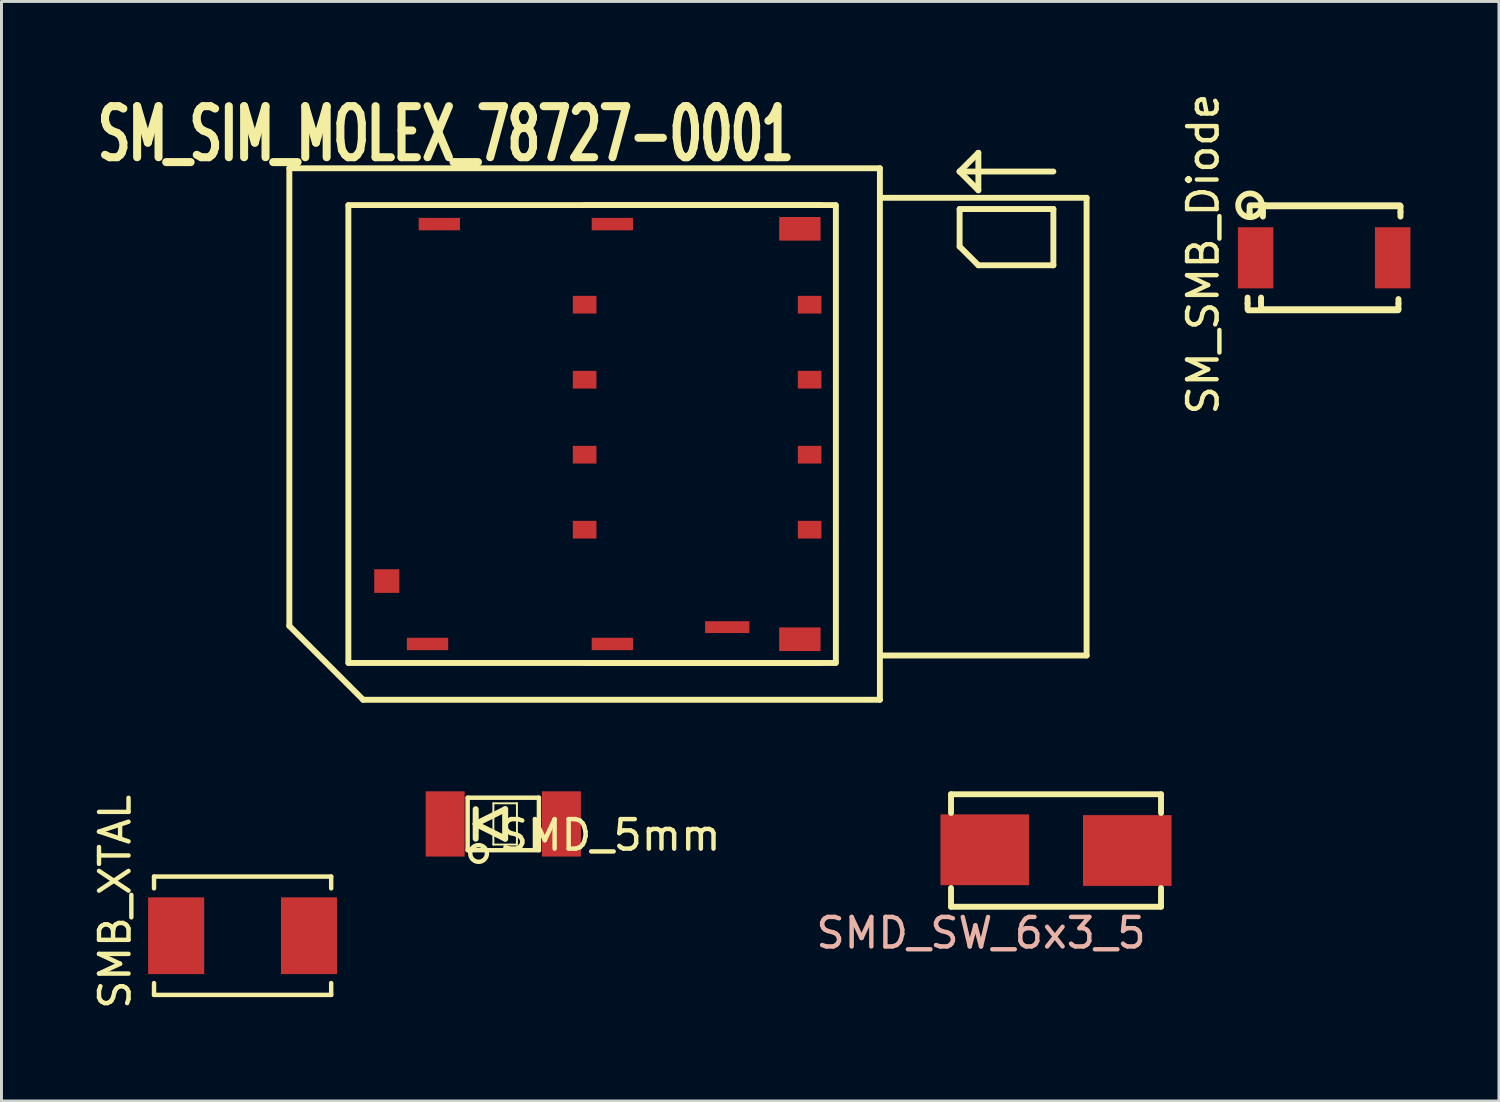
<source format=kicad_pcb>
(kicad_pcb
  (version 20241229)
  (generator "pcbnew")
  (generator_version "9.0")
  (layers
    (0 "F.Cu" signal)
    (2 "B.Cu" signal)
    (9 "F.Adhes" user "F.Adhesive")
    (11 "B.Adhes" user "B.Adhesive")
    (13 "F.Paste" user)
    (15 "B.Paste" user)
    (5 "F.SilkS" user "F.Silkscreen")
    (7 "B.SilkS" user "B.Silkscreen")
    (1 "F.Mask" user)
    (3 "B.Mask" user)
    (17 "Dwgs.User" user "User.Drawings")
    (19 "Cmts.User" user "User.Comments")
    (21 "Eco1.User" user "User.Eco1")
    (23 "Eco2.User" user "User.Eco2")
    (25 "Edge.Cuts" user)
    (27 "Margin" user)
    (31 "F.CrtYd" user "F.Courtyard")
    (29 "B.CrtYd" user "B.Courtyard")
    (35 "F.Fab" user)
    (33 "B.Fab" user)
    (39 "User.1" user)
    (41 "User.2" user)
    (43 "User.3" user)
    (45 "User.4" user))
  (footprint "SM_SIM_MOLEX_78727-0001"
    (layer "F.Cu")
    (at 16.749 11.649)
    (property "Reference" "SM_SIM_MOLEX_78727-0001" (at -4.699 -10.16 180) (layer "F.SilkS") (effects (font (size 1.73 1.087) (thickness 0.272))))
    (attr through_hole)
    (fp_line (start -10 -9) (end 10 -9) (stroke (width 0.2) (type solid)) (layer "F.SilkS"))
    (fp_line (start -10 6.5) (end -10 -9) (stroke (width 0.2) (type solid)) (layer "F.SilkS"))
    (fp_line (start -8.001 -7.747) (end -8.001 7.747) (stroke (width 0.2) (type solid)) (layer "F.SilkS"))
    (fp_line (start -8 -7.754) (end 8 -7.754) (stroke (width 0.2) (type solid)) (layer "F.SilkS"))
    (fp_line (start -7.5 9) (end -10 6.5) (stroke (width 0.2) (type solid)) (layer "F.SilkS"))
    (fp_line (start 8 7.754) (end -8 7.754) (stroke (width 0.2) (type solid)) (layer "F.SilkS"))
    (fp_line (start 8.5 -7.754) (end 0 -7.754) (stroke (width 0.2) (type solid)) (layer "F.SilkS"))
    (fp_line (start 8.5 7.754) (end 0 7.754) (stroke (width 0.2) (type solid)) (layer "F.SilkS"))
    (fp_line (start 8.509 -7.747) (end 8.509 7.747) (stroke (width 0.2) (type solid)) (layer "F.SilkS"))
    (fp_line (start 10 -9) (end 10 9) (stroke (width 0.2) (type solid)) (layer "F.SilkS"))
    (fp_line (start 10 -8) (end 17 -8) (stroke (width 0.2) (type solid)) (layer "F.SilkS"))
    (fp_line (start 10 9) (end -7.5 9) (stroke (width 0.2) (type solid)) (layer "F.SilkS"))
    (fp_line (start 12.7 -8.89) (end 13.335 -8.255) (stroke (width 0.2) (type solid)) (layer "F.SilkS"))
    (fp_line (start 12.7 -7.62) (end 12.7 -6.35) (stroke (width 0.2) (type solid)) (layer "F.SilkS"))
    (fp_line (start 12.7 -7.62) (end 15.875 -7.62) (stroke (width 0.2) (type solid)) (layer "F.SilkS"))
    (fp_line (start 12.7 -6.35) (end 13.335 -5.715) (stroke (width 0.2) (type solid)) (layer "F.SilkS"))
    (fp_line (start 13.335 -9.525) (end 12.7 -8.89) (stroke (width 0.2) (type solid)) (layer "F.SilkS"))
    (fp_line (start 13.335 -8.255) (end 13.335 -9.525) (stroke (width 0.2) (type solid)) (layer "F.SilkS"))
    (fp_line (start 13.335 -5.715) (end 15.875 -5.715) (stroke (width 0.2) (type solid)) (layer "F.SilkS"))
    (fp_line (start 15.875 -8.89) (end 12.7 -8.89) (stroke (width 0.2) (type solid)) (layer "F.SilkS"))
    (fp_line (start 15.875 -5.715) (end 15.875 -7.62) (stroke (width 0.2) (type solid)) (layer "F.SilkS"))
    (fp_line (start 17 -8) (end 17 7.5) (stroke (width 0.2) (type solid)) (layer "F.SilkS"))
    (fp_line (start 17 7.5) (end 10 7.5) (stroke (width 0.2) (type solid)) (layer "F.SilkS"))
    (pad "0" smd rect (at -5.32 7.11) (size 1.4 0.42) (layers "F.Cu" "F.Mask" "F.Paste"))
    (pad "0" smd rect (at -4.92 -7.11) (size 1.4 0.42) (layers "F.Cu" "F.Mask" "F.Paste"))
    (pad "0" smd rect (at 0.94 -7.11) (size 1.4 0.42) (layers "F.Cu" "F.Mask" "F.Paste"))
    (pad "0" smd rect (at 0.94 7.11) (size 1.4 0.42) (layers "F.Cu" "F.Mask" "F.Paste"))
    (pad "0" smd rect (at 7.29 -6.95) (size 1.4 0.8) (layers "F.Cu" "F.Mask" "F.Paste"))
    (pad "0" smd rect (at 7.29 6.95) (size 1.4 0.8) (layers "F.Cu" "F.Mask" "F.Paste"))
    (pad "1" smd rect (at 7.62 -4.38) (size 0.8 0.6) (layers "F.Cu" "F.Mask" "F.Paste"))
    (pad "2" smd rect (at 7.62 -1.84) (size 0.8 0.6) (layers "F.Cu" "F.Mask" "F.Paste"))
    (pad "3" smd rect (at 7.62 0.7) (size 0.8 0.6) (layers "F.Cu" "F.Mask" "F.Paste"))
    (pad "4" smd rect (at 7.62 3.24) (size 0.8 0.6) (layers "F.Cu" "F.Mask" "F.Paste"))
    (pad "5" smd rect (at 0 -4.38) (size 0.8 0.6) (layers "F.Cu" "F.Mask" "F.Paste"))
    (pad "6" smd rect (at 0 -1.84) (size 0.8 0.6) (layers "F.Cu" "F.Mask" "F.Paste"))
    (pad "7" smd rect (at 0 0.7) (size 0.8 0.6) (layers "F.Cu" "F.Mask" "F.Paste"))
    (pad "8" smd rect (at 0 3.24) (size 0.8 0.6) (layers "F.Cu" "F.Mask" "F.Paste"))
    (pad "9" smd rect (at -6.7 4.98) (size 0.85 0.8) (layers "F.Cu" "F.Mask" "F.Paste"))
    (pad "10" smd rect (at 4.83 6.54) (size 1.5 0.4) (layers "F.Cu" "F.Mask" "F.Paste")))
  (footprint "SMD_5mm"
    (layer "F.Cu")
    (at 14.058 24.854)
    (property "Reference" "SMD_5mm" (at 3.556 0.381 180) (layer "F.SilkS") (effects (font (size 1 1) (thickness 0.15))))
    (attr smd)
    (fp_line (start -1.27 -0.889) (end -1.27 0.889) (stroke (width 0.15) (type solid)) (layer "F.SilkS"))
    (fp_line (start -1.27 0.889) (end 1.143 0.889) (stroke (width 0.15) (type solid)) (layer "F.SilkS"))
    (fp_line (start -0.998 -0.498) (end -0.998 0) (stroke (width 0.203) (type solid)) (layer "F.SilkS"))
    (fp_line (start -0.998 0) (end -0.998 0.498) (stroke (width 0.203) (type solid)) (layer "F.SilkS"))
    (fp_line (start -0.998 0) (end 0 -0.498) (stroke (width 0.203) (type solid)) (layer "F.SilkS"))
    (fp_line (start -0.399 -0.699) (end 0.399 -0.699) (stroke (width 0.066) (type solid)) (layer "F.SilkS"))
    (fp_line (start -0.399 0.699) (end -0.399 -0.699) (stroke (width 0.066) (type solid)) (layer "F.SilkS"))
    (fp_line (start -0.399 0.699) (end 0.399 0.699) (stroke (width 0.066) (type solid)) (layer "F.SilkS"))
    (fp_line (start 0 -0.498) (end 0 0.498) (stroke (width 0.203) (type solid)) (layer "F.SilkS"))
    (fp_line (start 0 0.498) (end -0.998 0) (stroke (width 0.203) (type solid)) (layer "F.SilkS"))
    (fp_line (start 0.399 0.699) (end 0.399 -0.699) (stroke (width 0.066) (type solid)) (layer "F.SilkS"))
    (fp_line (start 1.143 -0.889) (end -1.27 -0.889) (stroke (width 0.15) (type solid)) (layer "F.SilkS"))
    (fp_line (start 1.143 0.889) (end 1.143 -0.889) (stroke (width 0.15) (type solid)) (layer "F.SilkS"))
    (fp_circle (center -0.9 1) (end -0.7 1.2) (stroke (width 0.15) (type solid)) (fill no) (layer "F.SilkS"))
    (pad "1" smd rect (at 1.905 0) (size 1.32 2.21) (layers "F.Cu" "F.Mask" "F.Paste"))
    (pad "2" smd rect (at -2.032 0) (size 1.32 2.21) (layers "F.Cu" "F.Mask" "F.Paste")))
  (footprint "SMB_XTAL"
    (layer "F.Cu")
    (at 5.166 28.89)
    (property "Reference" "SMB_XTAL" (at -4.318 -1.397 90) (layer "F.SilkS") (effects (font (size 1 1) (thickness 0.15))))
    (attr smd)
    (fp_line (start -3 -2.254) (end -3 -1.854) (stroke (width 0.15) (type solid)) (layer "F.SilkS"))
    (fp_line (start -3 -2.254) (end 3 -2.254) (stroke (width 0.15) (type solid)) (layer "F.SilkS"))
    (fp_line (start -3 1.754) (end -3 1.354) (stroke (width 0.15) (type solid)) (layer "F.SilkS"))
    (fp_line (start 3 -2.254) (end 3 -1.854) (stroke (width 0.15) (type solid)) (layer "F.SilkS"))
    (fp_line (start 3 1.754) (end -3 1.754) (stroke (width 0.15) (type solid)) (layer "F.SilkS"))
    (fp_line (start 3 1.754) (end 3 1.354) (stroke (width 0.15) (type solid)) (layer "F.SilkS"))
    (pad "1" smd rect (at -2.25 -0.25) (size 1.9 2.6) (layers "F.Cu" "F.Mask" "F.Paste"))
    (pad "2" smd rect (at 2.25 -0.25) (size 1.9 2.6) (layers "F.Cu" "F.Mask" "F.Paste")))
  (footprint "SMD_SW_6x3_5"
    (layer "F.Cu")
    (at 32.714 25.754)
    (property "Reference" "SMD_SW_6x3_5" (at -2.54 2.794 0) (layer "B.SilkS") (effects (font (size 1 1) (thickness 0.15))))
    (attr smd)
    (fp_line (start -3.556 -1.905) (end 3.556 -1.905) (stroke (width 0.2) (type solid)) (layer "F.SilkS"))
    (fp_line (start -3.556 -1.27) (end -3.556 -1.905) (stroke (width 0.2) (type solid)) (layer "F.SilkS"))
    (fp_line (start -3.556 1.27) (end -3.556 1.905) (stroke (width 0.2) (type solid)) (layer "F.SilkS"))
    (fp_line (start -3.556 1.905) (end 3.556 1.905) (stroke (width 0.2) (type solid)) (layer "F.SilkS"))
    (fp_line (start 3.556 -1.905) (end 3.556 -1.27) (stroke (width 0.2) (type solid)) (layer "F.SilkS"))
    (fp_line (start 3.556 1.905) (end 3.556 1.27) (stroke (width 0.2) (type solid)) (layer "F.SilkS"))
    (pad "1" smd rect (at -2.413 -0.025) (size 3 2.398) (layers "F.Cu" "F.Mask" "F.Paste"))
    (pad "2" smd rect (at 2.413 0) (size 3 2.398) (layers "F.Cu" "F.Mask" "F.Paste")))
  (footprint "SM_SMB_Diode"
    (layer "F.Cu")
    (at 39.475 5.681)
    (property "Reference" "SM_SMB_Diode" (at -1.778 -0.127 90) (layer "F.SilkS") (effects (font (size 1 1) (thickness 0.15))))
    (attr smd)
    (fp_line (start -0.274 1.546) (end -0.274 1.346) (stroke (width 0.2) (type solid)) (layer "F.SilkS"))
    (fp_line (start -0.274 1.742) (end -0.274 1.544) (stroke (width 0.2) (type solid)) (layer "F.SilkS"))
    (fp_line (start -0.254 1.778) (end 4.826 1.778) (stroke (width 0.2) (type solid)) (layer "F.SilkS"))
    (fp_line (start -0.206 -1.745) (end -0.206 -1.547) (stroke (width 0.2) (type solid)) (layer "F.SilkS"))
    (fp_line (start -0.206 -1.546) (end -0.206 -1.397) (stroke (width 0.2) (type solid)) (layer "F.SilkS"))
    (fp_line (start -0.191 -1.778) (end 0.318 -1.778) (stroke (width 0.2) (type solid)) (layer "F.SilkS"))
    (fp_line (start 0.183 1.496) (end 0.183 1.347) (stroke (width 0.2) (type solid)) (layer "F.SilkS"))
    (fp_line (start 0.183 1.695) (end 0.183 1.497) (stroke (width 0.2) (type solid)) (layer "F.SilkS"))
    (fp_line (start 0.234 1.742) (end 4.836 1.742) (stroke (width 0.2) (type solid)) (layer "F.SilkS"))
    (fp_line (start 0.246 -1.745) (end 0.246 -1.547) (stroke (width 0.2) (type solid)) (layer "F.SilkS"))
    (fp_line (start 0.246 -1.546) (end 0.246 -1.397) (stroke (width 0.2) (type solid)) (layer "F.SilkS"))
    (fp_line (start 0.302 -1.745) (end 4.905 -1.745) (stroke (width 0.2) (type solid)) (layer "F.SilkS"))
    (fp_line (start 0.318 -1.778) (end 4.889 -1.778) (stroke (width 0.2) (type solid)) (layer "F.SilkS"))
    (fp_line (start 4.836 1.546) (end 4.836 1.397) (stroke (width 0.2) (type solid)) (layer "F.SilkS"))
    (fp_line (start 4.836 1.742) (end 4.836 1.544) (stroke (width 0.2) (type solid)) (layer "F.SilkS"))
    (fp_line (start 4.905 -1.745) (end 4.905 -1.547) (stroke (width 0.2) (type solid)) (layer "F.SilkS"))
    (fp_line (start 4.905 -1.546) (end 4.905 -1.397) (stroke (width 0.2) (type solid)) (layer "F.SilkS"))
    (fp_circle (center -0.191 -1.778) (end -0.572 -1.905) (stroke (width 0.2) (type solid)) (fill no) (layer "F.SilkS"))
    (pad "1" smd rect (at 0 0) (size 1.2 2.07) (layers "F.Cu" "F.Mask" "F.Paste"))
    (pad "2" smd rect (at 4.64 0) (size 1.2 2.07) (layers "F.Cu" "F.Mask" "F.Paste")))
  (gr_rect
    (start -3 -3)
    (end 47.715 34.237)
    (stroke (width 0.1) (type default))
    (fill no)
    (layer "Edge.Cuts")))
</source>
